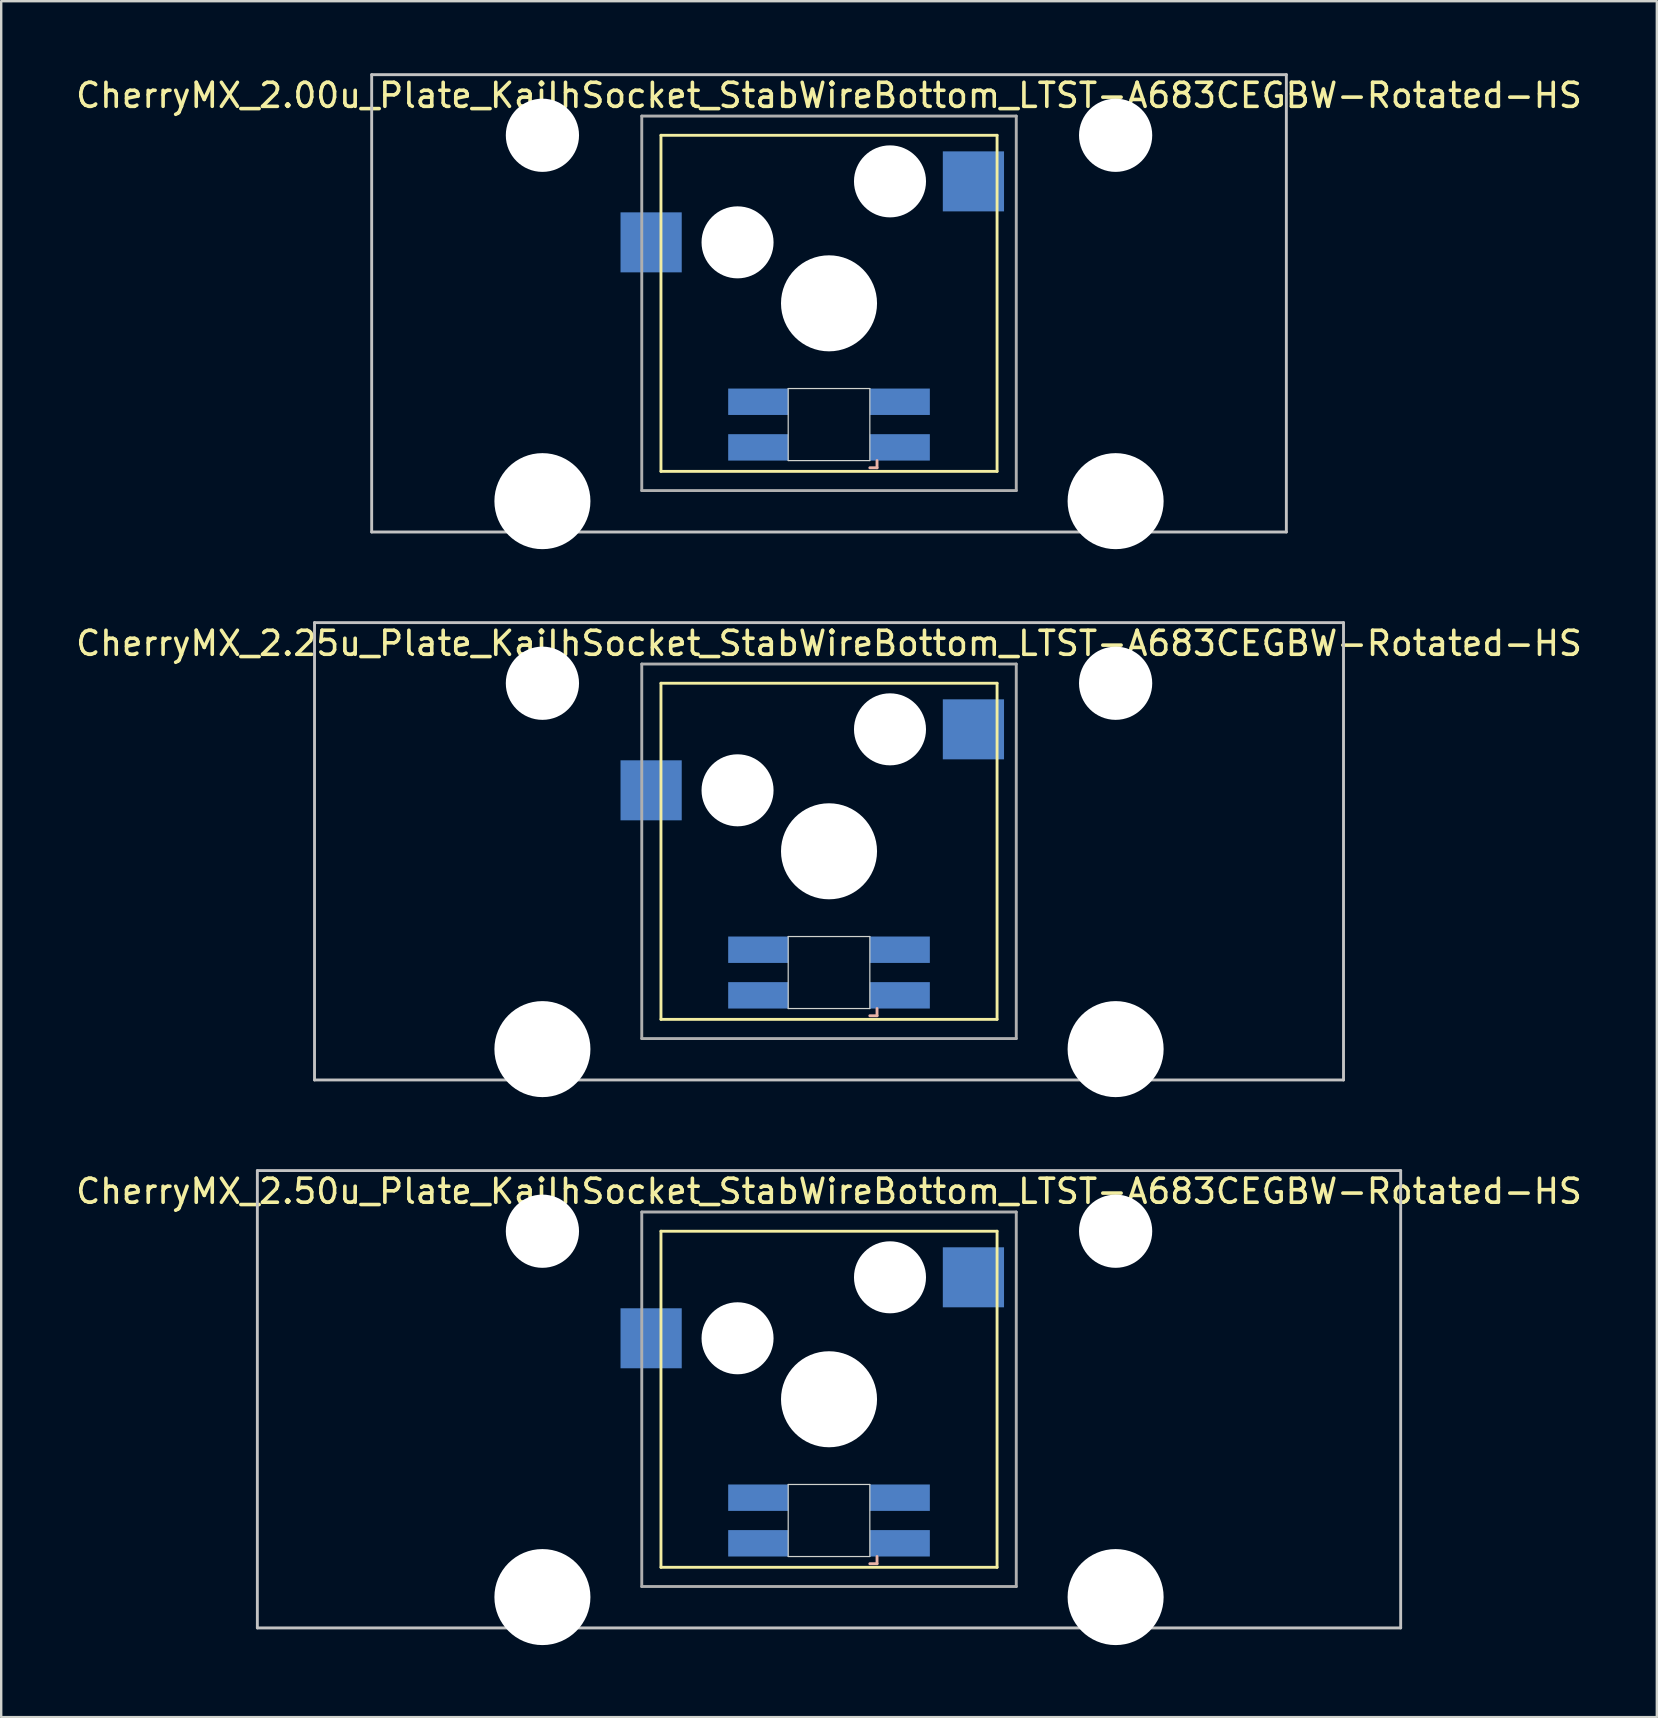
<source format=kicad_pcb>
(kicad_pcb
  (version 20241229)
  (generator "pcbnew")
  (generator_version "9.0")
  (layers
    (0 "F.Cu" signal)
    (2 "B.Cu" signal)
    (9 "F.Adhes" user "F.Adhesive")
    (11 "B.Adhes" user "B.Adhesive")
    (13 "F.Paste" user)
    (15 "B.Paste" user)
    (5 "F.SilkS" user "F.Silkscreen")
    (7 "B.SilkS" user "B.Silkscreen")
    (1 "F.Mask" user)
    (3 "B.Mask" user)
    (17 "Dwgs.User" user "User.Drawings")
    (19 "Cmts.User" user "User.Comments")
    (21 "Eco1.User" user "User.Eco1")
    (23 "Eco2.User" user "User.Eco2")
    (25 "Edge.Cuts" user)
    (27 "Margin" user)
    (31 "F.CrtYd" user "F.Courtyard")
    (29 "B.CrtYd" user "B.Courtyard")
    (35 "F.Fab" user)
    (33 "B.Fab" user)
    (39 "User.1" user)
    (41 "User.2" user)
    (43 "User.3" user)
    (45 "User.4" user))
  (footprint "CherryMX_2.25u_Plate_KailhSocket_StabWireBottom_LTST-A683CEGBW-Rotated-HS"
    (layer "F.Cu")
    (at 31.482 32.41)
    (property "Reference" "CherryMX_2.25u_Plate_KailhSocket_StabWireBottom_LTST-A683CEGBW-Rotated-HS" (at 0 -8.662 0) (layer "F.SilkS") (effects (font (size 1 1) (thickness 0.15))))
    (attr through_hole)
    (fp_line (start -7 -7) (end -7 7) (stroke (width 0.12) (type solid)) (layer "F.SilkS"))
    (fp_line (start -7 -7) (end 7 -7) (stroke (width 0.12) (type solid)) (layer "F.SilkS"))
    (fp_line (start 7 -7) (end 7 7) (stroke (width 0.12) (type solid)) (layer "F.SilkS"))
    (fp_line (start 7 7) (end -7 7) (stroke (width 0.12) (type solid)) (layer "F.SilkS"))
    (fp_line (start 1.7 6.85) (end 2 6.85) (stroke (width 0.12) (type solid)) (layer "B.SilkS"))
    (fp_line (start 2 6.85) (end 2 6.55) (stroke (width 0.12) (type solid)) (layer "B.SilkS"))
    (fp_line (start -21.431 -9.525) (end 21.431 -9.525) (stroke (width 0.12) (type solid)) (layer "Dwgs.User"))
    (fp_line (start -21.431 9.525) (end -21.431 -9.525) (stroke (width 0.12) (type solid)) (layer "Dwgs.User"))
    (fp_line (start 21.431 -9.525) (end 21.431 9.525) (stroke (width 0.12) (type solid)) (layer "Dwgs.User"))
    (fp_line (start 21.431 9.525) (end -21.431 9.525) (stroke (width 0.12) (type solid)) (layer "Dwgs.User"))
    (fp_line (start -1.7 3.55) (end 1.7 3.55) (stroke (width 0.05) (type solid)) (layer "Edge.Cuts"))
    (fp_line (start -1.7 6.55) (end -1.7 3.55) (stroke (width 0.05) (type solid)) (layer "Edge.Cuts"))
    (fp_line (start 1.7 3.55) (end 1.7 6.55) (stroke (width 0.05) (type solid)) (layer "Edge.Cuts"))
    (fp_line (start 1.7 6.55) (end -1.7 6.55) (stroke (width 0.05) (type solid)) (layer "Edge.Cuts"))
    (fp_line (start -7.8 -7.8) (end -7.8 7.8) (stroke (width 0.12) (type solid)) (layer "F.Fab"))
    (fp_line (start -7.8 -7.8) (end 7.8 -7.8) (stroke (width 0.12) (type solid)) (layer "F.Fab"))
    (fp_line (start -7.8 7.8) (end 7.8 7.8) (stroke (width 0.12) (type solid)) (layer "F.Fab"))
    (fp_line (start 7.8 -7.8) (end 7.8 7.8) (stroke (width 0.12) (type solid)) (layer "F.Fab"))
    (pad "" np_thru_hole circle (at -11.938 -7) (size 3.05 3.05) (drill 3.05) (layers "*.Cu" "*.Mask"))
    (pad "" np_thru_hole circle (at -11.938 8.24) (size 4 4) (drill 4) (layers "*.Cu" "*.Mask"))
    (pad "" np_thru_hole circle (at -3.81 -2.54) (size 3 3) (drill 3) (layers "*.Cu" "*.Mask"))
    (pad "" np_thru_hole circle (at 0 0) (size 4 4) (drill 4) (layers "*.Cu" "*.Mask"))
    (pad "" np_thru_hole circle (at 2.54 -5.08) (size 3 3) (drill 3) (layers "*.Cu" "*.Mask"))
    (pad "" np_thru_hole circle (at 11.938 -7) (size 3.05 3.05) (drill 3.05) (layers "*.Cu" "*.Mask"))
    (pad "" np_thru_hole circle (at 11.938 8.24) (size 4 4) (drill 4) (layers "*.Cu" "*.Mask"))
    (pad "1" smd rect (at -7.41 -2.54) (size 2.55 2.5) (layers "B.Cu" "B.Mask" "B.Paste"))
    (pad "2" smd rect (at 6.015 -5.08) (size 2.55 2.5) (layers "B.Cu" "B.Mask" "B.Paste"))
    (pad "3" smd rect (at 2.95 6) (size 2.5 1.1) (layers "B.Cu" "B.Mask" "B.Paste"))
    (pad "4" smd rect (at 2.95 4.1) (size 2.5 1.1) (layers "B.Cu" "B.Mask" "B.Paste"))
    (pad "5" smd rect (at -2.95 6) (size 2.5 1.1) (layers "B.Cu" "B.Mask" "B.Paste"))
    (pad "6" smd rect (at -2.95 4.1) (size 2.5 1.1) (layers "B.Cu" "B.Mask" "B.Paste")))
  (footprint "CherryMX_2.00u_Plate_KailhSocket_StabWireBottom_LTST-A683CEGBW-Rotated-HS"
    (layer "F.Cu")
    (at 31.482 9.585)
    (property "Reference" "CherryMX_2.00u_Plate_KailhSocket_StabWireBottom_LTST-A683CEGBW-Rotated-HS" (at 0 -8.662 0) (layer "F.SilkS") (effects (font (size 1 1) (thickness 0.15))))
    (attr through_hole)
    (fp_line (start -7 -7) (end -7 7) (stroke (width 0.12) (type solid)) (layer "F.SilkS"))
    (fp_line (start -7 -7) (end 7 -7) (stroke (width 0.12) (type solid)) (layer "F.SilkS"))
    (fp_line (start 7 -7) (end 7 7) (stroke (width 0.12) (type solid)) (layer "F.SilkS"))
    (fp_line (start 7 7) (end -7 7) (stroke (width 0.12) (type solid)) (layer "F.SilkS"))
    (fp_line (start 1.7 6.85) (end 2 6.85) (stroke (width 0.12) (type solid)) (layer "B.SilkS"))
    (fp_line (start 2 6.85) (end 2 6.55) (stroke (width 0.12) (type solid)) (layer "B.SilkS"))
    (fp_line (start -19.05 -9.525) (end 19.05 -9.525) (stroke (width 0.12) (type solid)) (layer "Dwgs.User"))
    (fp_line (start -19.05 9.525) (end -19.05 -9.525) (stroke (width 0.12) (type solid)) (layer "Dwgs.User"))
    (fp_line (start 19.05 -9.525) (end 19.05 9.525) (stroke (width 0.12) (type solid)) (layer "Dwgs.User"))
    (fp_line (start 19.05 9.525) (end -19.05 9.525) (stroke (width 0.12) (type solid)) (layer "Dwgs.User"))
    (fp_line (start -1.7 3.55) (end 1.7 3.55) (stroke (width 0.05) (type solid)) (layer "Edge.Cuts"))
    (fp_line (start -1.7 6.55) (end -1.7 3.55) (stroke (width 0.05) (type solid)) (layer "Edge.Cuts"))
    (fp_line (start 1.7 3.55) (end 1.7 6.55) (stroke (width 0.05) (type solid)) (layer "Edge.Cuts"))
    (fp_line (start 1.7 6.55) (end -1.7 6.55) (stroke (width 0.05) (type solid)) (layer "Edge.Cuts"))
    (fp_line (start -7.8 -7.8) (end -7.8 7.8) (stroke (width 0.12) (type solid)) (layer "F.Fab"))
    (fp_line (start -7.8 -7.8) (end 7.8 -7.8) (stroke (width 0.12) (type solid)) (layer "F.Fab"))
    (fp_line (start -7.8 7.8) (end 7.8 7.8) (stroke (width 0.12) (type solid)) (layer "F.Fab"))
    (fp_line (start 7.8 -7.8) (end 7.8 7.8) (stroke (width 0.12) (type solid)) (layer "F.Fab"))
    (pad "" np_thru_hole circle (at -11.938 -7) (size 3.05 3.05) (drill 3.05) (layers "*.Cu" "*.Mask"))
    (pad "" np_thru_hole circle (at -11.938 8.24) (size 4 4) (drill 4) (layers "*.Cu" "*.Mask"))
    (pad "" np_thru_hole circle (at -3.81 -2.54) (size 3 3) (drill 3) (layers "*.Cu" "*.Mask"))
    (pad "" np_thru_hole circle (at 0 0) (size 4 4) (drill 4) (layers "*.Cu" "*.Mask"))
    (pad "" np_thru_hole circle (at 2.54 -5.08) (size 3 3) (drill 3) (layers "*.Cu" "*.Mask"))
    (pad "" np_thru_hole circle (at 11.938 -7) (size 3.05 3.05) (drill 3.05) (layers "*.Cu" "*.Mask"))
    (pad "" np_thru_hole circle (at 11.938 8.24) (size 4 4) (drill 4) (layers "*.Cu" "*.Mask"))
    (pad "1" smd rect (at -7.41 -2.54) (size 2.55 2.5) (layers "B.Cu" "B.Mask" "B.Paste"))
    (pad "2" smd rect (at 6.015 -5.08) (size 2.55 2.5) (layers "B.Cu" "B.Mask" "B.Paste"))
    (pad "3" smd rect (at 2.95 6) (size 2.5 1.1) (layers "B.Cu" "B.Mask" "B.Paste"))
    (pad "4" smd rect (at 2.95 4.1) (size 2.5 1.1) (layers "B.Cu" "B.Mask" "B.Paste"))
    (pad "5" smd rect (at -2.95 6) (size 2.5 1.1) (layers "B.Cu" "B.Mask" "B.Paste"))
    (pad "6" smd rect (at -2.95 4.1) (size 2.5 1.1) (layers "B.Cu" "B.Mask" "B.Paste")))
  (footprint "CherryMX_2.50u_Plate_KailhSocket_StabWireBottom_LTST-A683CEGBW-Rotated-HS"
    (layer "F.Cu")
    (at 31.482 55.235)
    (property "Reference" "CherryMX_2.50u_Plate_KailhSocket_StabWireBottom_LTST-A683CEGBW-Rotated-HS" (at 0 -8.662 0) (layer "F.SilkS") (effects (font (size 1 1) (thickness 0.15))))
    (attr through_hole)
    (fp_line (start -7 -7) (end -7 7) (stroke (width 0.12) (type solid)) (layer "F.SilkS"))
    (fp_line (start -7 -7) (end 7 -7) (stroke (width 0.12) (type solid)) (layer "F.SilkS"))
    (fp_line (start 7 -7) (end 7 7) (stroke (width 0.12) (type solid)) (layer "F.SilkS"))
    (fp_line (start 7 7) (end -7 7) (stroke (width 0.12) (type solid)) (layer "F.SilkS"))
    (fp_line (start 1.7 6.85) (end 2 6.85) (stroke (width 0.12) (type solid)) (layer "B.SilkS"))
    (fp_line (start 2 6.85) (end 2 6.55) (stroke (width 0.12) (type solid)) (layer "B.SilkS"))
    (fp_line (start -23.812 -9.525) (end 23.812 -9.525) (stroke (width 0.12) (type solid)) (layer "Dwgs.User"))
    (fp_line (start -23.812 9.525) (end -23.812 -9.525) (stroke (width 0.12) (type solid)) (layer "Dwgs.User"))
    (fp_line (start 23.812 -9.525) (end 23.812 9.525) (stroke (width 0.12) (type solid)) (layer "Dwgs.User"))
    (fp_line (start 23.812 9.525) (end -23.812 9.525) (stroke (width 0.12) (type solid)) (layer "Dwgs.User"))
    (fp_line (start -1.7 3.55) (end 1.7 3.55) (stroke (width 0.05) (type solid)) (layer "Edge.Cuts"))
    (fp_line (start -1.7 6.55) (end -1.7 3.55) (stroke (width 0.05) (type solid)) (layer "Edge.Cuts"))
    (fp_line (start 1.7 3.55) (end 1.7 6.55) (stroke (width 0.05) (type solid)) (layer "Edge.Cuts"))
    (fp_line (start 1.7 6.55) (end -1.7 6.55) (stroke (width 0.05) (type solid)) (layer "Edge.Cuts"))
    (fp_line (start -7.8 -7.8) (end -7.8 7.8) (stroke (width 0.12) (type solid)) (layer "F.Fab"))
    (fp_line (start -7.8 -7.8) (end 7.8 -7.8) (stroke (width 0.12) (type solid)) (layer "F.Fab"))
    (fp_line (start -7.8 7.8) (end 7.8 7.8) (stroke (width 0.12) (type solid)) (layer "F.Fab"))
    (fp_line (start 7.8 -7.8) (end 7.8 7.8) (stroke (width 0.12) (type solid)) (layer "F.Fab"))
    (pad "" np_thru_hole circle (at -11.938 -7) (size 3.05 3.05) (drill 3.05) (layers "*.Cu" "*.Mask"))
    (pad "" np_thru_hole circle (at -11.938 8.24) (size 4 4) (drill 4) (layers "*.Cu" "*.Mask"))
    (pad "" np_thru_hole circle (at -3.81 -2.54) (size 3 3) (drill 3) (layers "*.Cu" "*.Mask"))
    (pad "" np_thru_hole circle (at 0 0) (size 4 4) (drill 4) (layers "*.Cu" "*.Mask"))
    (pad "" np_thru_hole circle (at 2.54 -5.08) (size 3 3) (drill 3) (layers "*.Cu" "*.Mask"))
    (pad "" np_thru_hole circle (at 11.938 -7) (size 3.05 3.05) (drill 3.05) (layers "*.Cu" "*.Mask"))
    (pad "" np_thru_hole circle (at 11.938 8.24) (size 4 4) (drill 4) (layers "*.Cu" "*.Mask"))
    (pad "1" smd rect (at -7.41 -2.54) (size 2.55 2.5) (layers "B.Cu" "B.Mask" "B.Paste"))
    (pad "2" smd rect (at 6.015 -5.08) (size 2.55 2.5) (layers "B.Cu" "B.Mask" "B.Paste"))
    (pad "3" smd rect (at 2.95 6) (size 2.5 1.1) (layers "B.Cu" "B.Mask" "B.Paste"))
    (pad "4" smd rect (at 2.95 4.1) (size 2.5 1.1) (layers "B.Cu" "B.Mask" "B.Paste"))
    (pad "5" smd rect (at -2.95 6) (size 2.5 1.1) (layers "B.Cu" "B.Mask" "B.Paste"))
    (pad "6" smd rect (at -2.95 4.1) (size 2.5 1.1) (layers "B.Cu" "B.Mask" "B.Paste")))
  (gr_rect
    (start -3 -3)
    (end 65.964 68.475)
    (stroke (width 0.1) (type default))
    (fill no)
    (layer "Edge.Cuts")))
</source>
